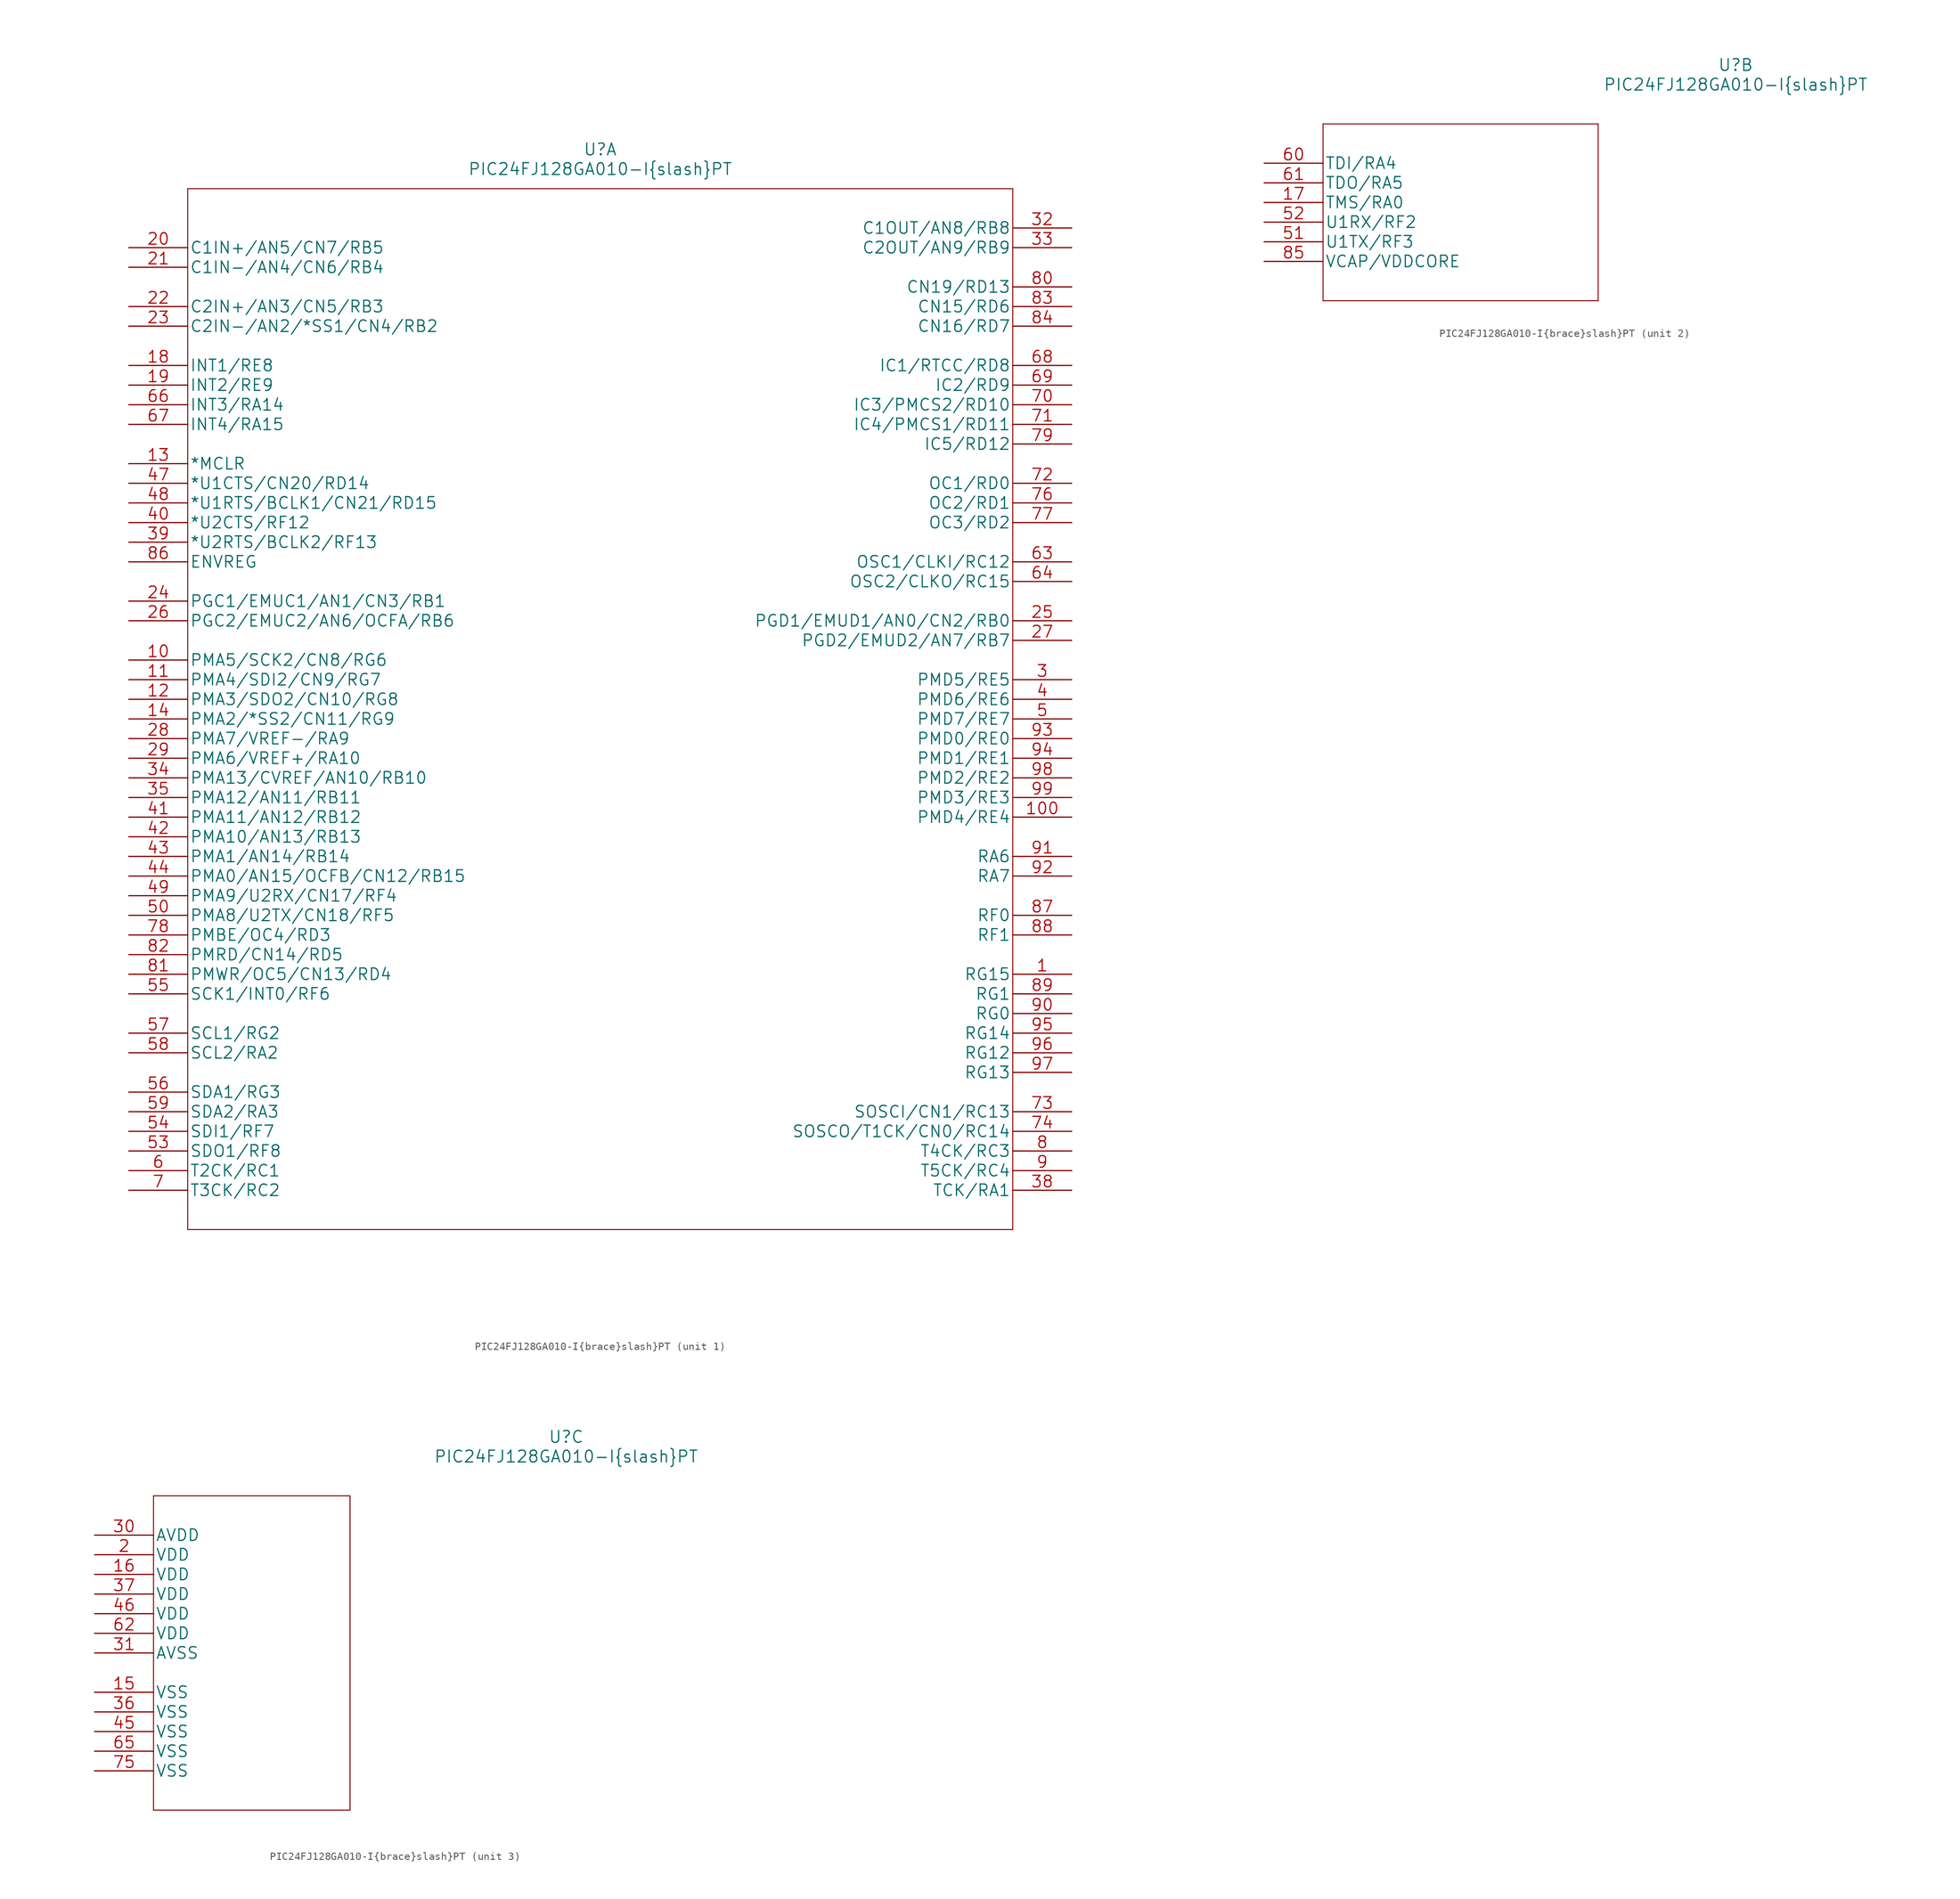
<source format=kicad_sym>
(kicad_symbol_lib
  (version 20211014)
  (generator kicad_symbol_editor)
  (symbol "PIC24FJ128GA010-I{brace}slash}PT"
    (pin_names
      (offset 0.254))
    (property "Reference" "U"
      (at 60.96 12.7 0)
      (effects (font (size 1.524 1.524))))
    (property "Value" "PIC24FJ128GA010-I{brace}slash}PT"
      (at 60.96 10.16 0)
      (effects (font (size 1.524 1.524))))
    (property "Datasheet" ""
      (at 0 0 0)
      (effects (font (size 1.524 1.524))))
    (symbol "PIC24FJ128GA010-I{brace}slash}PT_1_1"
      (polyline (pts (xy 7.62 -127) (xy 114.3 -127)) (stroke (width 0.127) (type default) (color 0 0 0 0)) (fill (type none)))
      (polyline (pts (xy 7.62 7.62) (xy 7.62 -127)) (stroke (width 0.127) (type default) (color 0 0 0 0)) (fill (type none)))
      (polyline (pts (xy 114.3 -127) (xy 114.3 7.62)) (stroke (width 0.127) (type default) (color 0 0 0 0)) (fill (type none)))
      (polyline (pts (xy 114.3 7.62) (xy 7.62 7.62)) (stroke (width 0.127) (type default) (color 0 0 0 0)) (fill (type none)))
      (pin unspecified line (at 121.92 -93.98 180) (length 7.62) (name "RG15" (effects (font (size 1.499 1.499)))) (number "1" (effects (font (size 1.499 1.499)))))
      (pin unspecified line (at 0 -53.34 0) (length 7.62) (name "PMA5/SCK2/CN8/RG6" (effects (font (size 1.499 1.499)))) (number "10" (effects (font (size 1.499 1.499)))))
      (pin unspecified line (at 121.92 -73.66 180) (length 7.62) (name "PMD4/RE4" (effects (font (size 1.499 1.499)))) (number "100" (effects (font (size 1.499 1.499)))))
      (pin unspecified line (at 0 -55.88 0) (length 7.62) (name "PMA4/SDI2/CN9/RG7" (effects (font (size 1.499 1.499)))) (number "11" (effects (font (size 1.499 1.499)))))
      (pin unspecified line (at 0 -58.42 0) (length 7.62) (name "PMA3/SDO2/CN10/RG8" (effects (font (size 1.499 1.499)))) (number "12" (effects (font (size 1.499 1.499)))))
      (pin unspecified line (at 0 -27.94 0) (length 7.62) (name "*MCLR" (effects (font (size 1.499 1.499)))) (number "13" (effects (font (size 1.499 1.499)))))
      (pin unspecified line (at 0 -60.96 0) (length 7.62) (name "PMA2/*SS2/CN11/RG9" (effects (font (size 1.499 1.499)))) (number "14" (effects (font (size 1.499 1.499)))))
      (pin unspecified line (at 0 -15.24 0) (length 7.62) (name "INT1/RE8" (effects (font (size 1.499 1.499)))) (number "18" (effects (font (size 1.499 1.499)))))
      (pin unspecified line (at 0 -17.78 0) (length 7.62) (name "INT2/RE9" (effects (font (size 1.499 1.499)))) (number "19" (effects (font (size 1.499 1.499)))))
      (pin unspecified line (at 0 0 0) (length 7.62) (name "C1IN+/AN5/CN7/RB5" (effects (font (size 1.499 1.499)))) (number "20" (effects (font (size 1.499 1.499)))))
      (pin unspecified line (at 0 -2.54 0) (length 7.62) (name "C1IN-/AN4/CN6/RB4" (effects (font (size 1.499 1.499)))) (number "21" (effects (font (size 1.499 1.499)))))
      (pin unspecified line (at 0 -7.62 0) (length 7.62) (name "C2IN+/AN3/CN5/RB3" (effects (font (size 1.499 1.499)))) (number "22" (effects (font (size 1.499 1.499)))))
      (pin unspecified line (at 0 -10.16 0) (length 7.62) (name "C2IN-/AN2/*SS1/CN4/RB2" (effects (font (size 1.499 1.499)))) (number "23" (effects (font (size 1.499 1.499)))))
      (pin unspecified line (at 0 -45.72 0) (length 7.62) (name "PGC1/EMUC1/AN1/CN3/RB1" (effects (font (size 1.499 1.499)))) (number "24" (effects (font (size 1.499 1.499)))))
      (pin unspecified line (at 121.92 -48.26 180) (length 7.62) (name "PGD1/EMUD1/AN0/CN2/RB0" (effects (font (size 1.499 1.499)))) (number "25" (effects (font (size 1.499 1.499)))))
      (pin unspecified line (at 0 -48.26 0) (length 7.62) (name "PGC2/EMUC2/AN6/OCFA/RB6" (effects (font (size 1.499 1.499)))) (number "26" (effects (font (size 1.499 1.499)))))
      (pin unspecified line (at 121.92 -50.8 180) (length 7.62) (name "PGD2/EMUD2/AN7/RB7" (effects (font (size 1.499 1.499)))) (number "27" (effects (font (size 1.499 1.499)))))
      (pin unspecified line (at 0 -63.5 0) (length 7.62) (name "PMA7/VREF-/RA9" (effects (font (size 1.499 1.499)))) (number "28" (effects (font (size 1.499 1.499)))))
      (pin unspecified line (at 0 -66.04 0) (length 7.62) (name "PMA6/VREF+/RA10" (effects (font (size 1.499 1.499)))) (number "29" (effects (font (size 1.499 1.499)))))
      (pin unspecified line (at 121.92 -55.88 180) (length 7.62) (name "PMD5/RE5" (effects (font (size 1.499 1.499)))) (number "3" (effects (font (size 1.499 1.499)))))
      (pin unspecified line (at 121.92 2.54 180) (length 7.62) (name "C1OUT/AN8/RB8" (effects (font (size 1.499 1.499)))) (number "32" (effects (font (size 1.499 1.499)))))
      (pin unspecified line (at 121.92 0 180) (length 7.62) (name "C2OUT/AN9/RB9" (effects (font (size 1.499 1.499)))) (number "33" (effects (font (size 1.499 1.499)))))
      (pin unspecified line (at 0 -68.58 0) (length 7.62) (name "PMA13/CVREF/AN10/RB10" (effects (font (size 1.499 1.499)))) (number "34" (effects (font (size 1.499 1.499)))))
      (pin unspecified line (at 0 -71.12 0) (length 7.62) (name "PMA12/AN11/RB11" (effects (font (size 1.499 1.499)))) (number "35" (effects (font (size 1.499 1.499)))))
      (pin unspecified line (at 121.92 -121.92 180) (length 7.62) (name "TCK/RA1" (effects (font (size 1.499 1.499)))) (number "38" (effects (font (size 1.499 1.499)))))
      (pin unspecified line (at 0 -38.1 0) (length 7.62) (name "*U2RTS/BCLK2/RF13" (effects (font (size 1.499 1.499)))) (number "39" (effects (font (size 1.499 1.499)))))
      (pin unspecified line (at 121.92 -58.42 180) (length 7.62) (name "PMD6/RE6" (effects (font (size 1.499 1.499)))) (number "4" (effects (font (size 1.499 1.499)))))
      (pin unspecified line (at 0 -35.56 0) (length 7.62) (name "*U2CTS/RF12" (effects (font (size 1.499 1.499)))) (number "40" (effects (font (size 1.499 1.499)))))
      (pin unspecified line (at 0 -73.66 0) (length 7.62) (name "PMA11/AN12/RB12" (effects (font (size 1.499 1.499)))) (number "41" (effects (font (size 1.499 1.499)))))
      (pin unspecified line (at 0 -76.2 0) (length 7.62) (name "PMA10/AN13/RB13" (effects (font (size 1.499 1.499)))) (number "42" (effects (font (size 1.499 1.499)))))
      (pin unspecified line (at 0 -78.74 0) (length 7.62) (name "PMA1/AN14/RB14" (effects (font (size 1.499 1.499)))) (number "43" (effects (font (size 1.499 1.499)))))
      (pin unspecified line (at 0 -81.28 0) (length 7.62) (name "PMA0/AN15/OCFB/CN12/RB15" (effects (font (size 1.499 1.499)))) (number "44" (effects (font (size 1.499 1.499)))))
      (pin unspecified line (at 0 -30.48 0) (length 7.62) (name "*U1CTS/CN20/RD14" (effects (font (size 1.499 1.499)))) (number "47" (effects (font (size 1.499 1.499)))))
      (pin unspecified line (at 0 -33.02 0) (length 7.62) (name "*U1RTS/BCLK1/CN21/RD15" (effects (font (size 1.499 1.499)))) (number "48" (effects (font (size 1.499 1.499)))))
      (pin unspecified line (at 0 -83.82 0) (length 7.62) (name "PMA9/U2RX/CN17/RF4" (effects (font (size 1.499 1.499)))) (number "49" (effects (font (size 1.499 1.499)))))
      (pin unspecified line (at 121.92 -60.96 180) (length 7.62) (name "PMD7/RE7" (effects (font (size 1.499 1.499)))) (number "5" (effects (font (size 1.499 1.499)))))
      (pin unspecified line (at 0 -86.36 0) (length 7.62) (name "PMA8/U2TX/CN18/RF5" (effects (font (size 1.499 1.499)))) (number "50" (effects (font (size 1.499 1.499)))))
      (pin unspecified line (at 0 -116.84 0) (length 7.62) (name "SDO1/RF8" (effects (font (size 1.499 1.499)))) (number "53" (effects (font (size 1.499 1.499)))))
      (pin unspecified line (at 0 -114.3 0) (length 7.62) (name "SDI1/RF7" (effects (font (size 1.499 1.499)))) (number "54" (effects (font (size 1.499 1.499)))))
      (pin unspecified line (at 0 -96.52 0) (length 7.62) (name "SCK1/INT0/RF6" (effects (font (size 1.499 1.499)))) (number "55" (effects (font (size 1.499 1.499)))))
      (pin unspecified line (at 0 -109.22 0) (length 7.62) (name "SDA1/RG3" (effects (font (size 1.499 1.499)))) (number "56" (effects (font (size 1.499 1.499)))))
      (pin unspecified line (at 0 -101.6 0) (length 7.62) (name "SCL1/RG2" (effects (font (size 1.499 1.499)))) (number "57" (effects (font (size 1.499 1.499)))))
      (pin unspecified line (at 0 -104.14 0) (length 7.62) (name "SCL2/RA2" (effects (font (size 1.499 1.499)))) (number "58" (effects (font (size 1.499 1.499)))))
      (pin unspecified line (at 0 -111.76 0) (length 7.62) (name "SDA2/RA3" (effects (font (size 1.499 1.499)))) (number "59" (effects (font (size 1.499 1.499)))))
      (pin unspecified line (at 0 -119.38 0) (length 7.62) (name "T2CK/RC1" (effects (font (size 1.499 1.499)))) (number "6" (effects (font (size 1.499 1.499)))))
      (pin unspecified line (at 121.92 -40.64 180) (length 7.62) (name "OSC1/CLKI/RC12" (effects (font (size 1.499 1.499)))) (number "63" (effects (font (size 1.499 1.499)))))
      (pin unspecified line (at 121.92 -43.18 180) (length 7.62) (name "OSC2/CLKO/RC15" (effects (font (size 1.499 1.499)))) (number "64" (effects (font (size 1.499 1.499)))))
      (pin unspecified line (at 0 -20.32 0) (length 7.62) (name "INT3/RA14" (effects (font (size 1.499 1.499)))) (number "66" (effects (font (size 1.499 1.499)))))
      (pin unspecified line (at 0 -22.86 0) (length 7.62) (name "INT4/RA15" (effects (font (size 1.499 1.499)))) (number "67" (effects (font (size 1.499 1.499)))))
      (pin unspecified line (at 121.92 -15.24 180) (length 7.62) (name "IC1/RTCC/RD8" (effects (font (size 1.499 1.499)))) (number "68" (effects (font (size 1.499 1.499)))))
      (pin unspecified line (at 121.92 -17.78 180) (length 7.62) (name "IC2/RD9" (effects (font (size 1.499 1.499)))) (number "69" (effects (font (size 1.499 1.499)))))
      (pin unspecified line (at 0 -121.92 0) (length 7.62) (name "T3CK/RC2" (effects (font (size 1.499 1.499)))) (number "7" (effects (font (size 1.499 1.499)))))
      (pin unspecified line (at 121.92 -20.32 180) (length 7.62) (name "IC3/PMCS2/RD10" (effects (font (size 1.499 1.499)))) (number "70" (effects (font (size 1.499 1.499)))))
      (pin unspecified line (at 121.92 -22.86 180) (length 7.62) (name "IC4/PMCS1/RD11" (effects (font (size 1.499 1.499)))) (number "71" (effects (font (size 1.499 1.499)))))
      (pin unspecified line (at 121.92 -30.48 180) (length 7.62) (name "OC1/RD0" (effects (font (size 1.499 1.499)))) (number "72" (effects (font (size 1.499 1.499)))))
      (pin unspecified line (at 121.92 -111.76 180) (length 7.62) (name "SOSCI/CN1/RC13" (effects (font (size 1.499 1.499)))) (number "73" (effects (font (size 1.499 1.499)))))
      (pin unspecified line (at 121.92 -114.3 180) (length 7.62) (name "SOSCO/T1CK/CN0/RC14" (effects (font (size 1.499 1.499)))) (number "74" (effects (font (size 1.499 1.499)))))
      (pin unspecified line (at 121.92 -33.02 180) (length 7.62) (name "OC2/RD1" (effects (font (size 1.499 1.499)))) (number "76" (effects (font (size 1.499 1.499)))))
      (pin unspecified line (at 121.92 -35.56 180) (length 7.62) (name "OC3/RD2" (effects (font (size 1.499 1.499)))) (number "77" (effects (font (size 1.499 1.499)))))
      (pin unspecified line (at 0 -88.9 0) (length 7.62) (name "PMBE/OC4/RD3" (effects (font (size 1.499 1.499)))) (number "78" (effects (font (size 1.499 1.499)))))
      (pin unspecified line (at 121.92 -25.4 180) (length 7.62) (name "IC5/RD12" (effects (font (size 1.499 1.499)))) (number "79" (effects (font (size 1.499 1.499)))))
      (pin unspecified line (at 121.92 -116.84 180) (length 7.62) (name "T4CK/RC3" (effects (font (size 1.499 1.499)))) (number "8" (effects (font (size 1.499 1.499)))))
      (pin unspecified line (at 121.92 -5.08 180) (length 7.62) (name "CN19/RD13" (effects (font (size 1.499 1.499)))) (number "80" (effects (font (size 1.499 1.499)))))
      (pin unspecified line (at 0 -93.98 0) (length 7.62) (name "PMWR/OC5/CN13/RD4" (effects (font (size 1.499 1.499)))) (number "81" (effects (font (size 1.499 1.499)))))
      (pin unspecified line (at 0 -91.44 0) (length 7.62) (name "PMRD/CN14/RD5" (effects (font (size 1.499 1.499)))) (number "82" (effects (font (size 1.499 1.499)))))
      (pin unspecified line (at 121.92 -7.62 180) (length 7.62) (name "CN15/RD6" (effects (font (size 1.499 1.499)))) (number "83" (effects (font (size 1.499 1.499)))))
      (pin unspecified line (at 121.92 -10.16 180) (length 7.62) (name "CN16/RD7" (effects (font (size 1.499 1.499)))) (number "84" (effects (font (size 1.499 1.499)))))
      (pin unspecified line (at 0 -40.64 0) (length 7.62) (name "ENVREG" (effects (font (size 1.499 1.499)))) (number "86" (effects (font (size 1.499 1.499)))))
      (pin unspecified line (at 121.92 -86.36 180) (length 7.62) (name "RF0" (effects (font (size 1.499 1.499)))) (number "87" (effects (font (size 1.499 1.499)))))
      (pin unspecified line (at 121.92 -88.9 180) (length 7.62) (name "RF1" (effects (font (size 1.499 1.499)))) (number "88" (effects (font (size 1.499 1.499)))))
      (pin unspecified line (at 121.92 -96.52 180) (length 7.62) (name "RG1" (effects (font (size 1.499 1.499)))) (number "89" (effects (font (size 1.499 1.499)))))
      (pin unspecified line (at 121.92 -119.38 180) (length 7.62) (name "T5CK/RC4" (effects (font (size 1.499 1.499)))) (number "9" (effects (font (size 1.499 1.499)))))
      (pin unspecified line (at 121.92 -99.06 180) (length 7.62) (name "RG0" (effects (font (size 1.499 1.499)))) (number "90" (effects (font (size 1.499 1.499)))))
      (pin unspecified line (at 121.92 -78.74 180) (length 7.62) (name "RA6" (effects (font (size 1.499 1.499)))) (number "91" (effects (font (size 1.499 1.499)))))
      (pin unspecified line (at 121.92 -81.28 180) (length 7.62) (name "RA7" (effects (font (size 1.499 1.499)))) (number "92" (effects (font (size 1.499 1.499)))))
      (pin unspecified line (at 121.92 -63.5 180) (length 7.62) (name "PMD0/RE0" (effects (font (size 1.499 1.499)))) (number "93" (effects (font (size 1.499 1.499)))))
      (pin unspecified line (at 121.92 -66.04 180) (length 7.62) (name "PMD1/RE1" (effects (font (size 1.499 1.499)))) (number "94" (effects (font (size 1.499 1.499)))))
      (pin unspecified line (at 121.92 -101.6 180) (length 7.62) (name "RG14" (effects (font (size 1.499 1.499)))) (number "95" (effects (font (size 1.499 1.499)))))
      (pin unspecified line (at 121.92 -104.14 180) (length 7.62) (name "RG12" (effects (font (size 1.499 1.499)))) (number "96" (effects (font (size 1.499 1.499)))))
      (pin unspecified line (at 121.92 -106.68 180) (length 7.62) (name "RG13" (effects (font (size 1.499 1.499)))) (number "97" (effects (font (size 1.499 1.499)))))
      (pin unspecified line (at 121.92 -68.58 180) (length 7.62) (name "PMD2/RE2" (effects (font (size 1.499 1.499)))) (number "98" (effects (font (size 1.499 1.499)))))
      (pin unspecified line (at 121.92 -71.12 180) (length 7.62) (name "PMD3/RE3" (effects (font (size 1.499 1.499)))) (number "99" (effects (font (size 1.499 1.499))))))
    (symbol "PIC24FJ128GA010-I{brace}slash}PT_2_1"
      (polyline (pts (xy 7.62 -17.78) (xy 43.18 -17.78)) (stroke (width 0.127) (type default) (color 0 0 0 0)) (fill (type none)))
      (polyline (pts (xy 7.62 5.08) (xy 7.62 -17.78)) (stroke (width 0.127) (type default) (color 0 0 0 0)) (fill (type none)))
      (polyline (pts (xy 43.18 -17.78) (xy 43.18 5.08)) (stroke (width 0.127) (type default) (color 0 0 0 0)) (fill (type none)))
      (polyline (pts (xy 43.18 5.08) (xy 7.62 5.08)) (stroke (width 0.127) (type default) (color 0 0 0 0)) (fill (type none)))
      (pin unspecified line (at 0 -5.08 0) (length 7.62) (name "TMS/RA0" (effects (font (size 1.499 1.499)))) (number "17" (effects (font (size 1.499 1.499)))))
      (pin unspecified line (at 0 -10.16 0) (length 7.62) (name "U1TX/RF3" (effects (font (size 1.499 1.499)))) (number "51" (effects (font (size 1.499 1.499)))))
      (pin unspecified line (at 0 -7.62 0) (length 7.62) (name "U1RX/RF2" (effects (font (size 1.499 1.499)))) (number "52" (effects (font (size 1.499 1.499)))))
      (pin unspecified line (at 0 0 0) (length 7.62) (name "TDI/RA4" (effects (font (size 1.499 1.499)))) (number "60" (effects (font (size 1.499 1.499)))))
      (pin unspecified line (at 0 -2.54 0) (length 7.62) (name "TDO/RA5" (effects (font (size 1.499 1.499)))) (number "61" (effects (font (size 1.499 1.499)))))
      (pin unspecified line (at 0 -12.7 0) (length 7.62) (name "VCAP/VDDCORE" (effects (font (size 1.499 1.499)))) (number "85" (effects (font (size 1.499 1.499))))))
    (symbol "PIC24FJ128GA010-I{brace}slash}PT_3_1"
      (polyline (pts (xy 7.62 -35.56) (xy 33.02 -35.56)) (stroke (width 0.127) (type default) (color 0 0 0 0)) (fill (type none)))
      (polyline (pts (xy 7.62 5.08) (xy 7.62 -35.56)) (stroke (width 0.127) (type default) (color 0 0 0 0)) (fill (type none)))
      (polyline (pts (xy 33.02 -35.56) (xy 33.02 5.08)) (stroke (width 0.127) (type default) (color 0 0 0 0)) (fill (type none)))
      (polyline (pts (xy 33.02 5.08) (xy 7.62 5.08)) (stroke (width 0.127) (type default) (color 0 0 0 0)) (fill (type none)))
      (pin unspecified line (at 0 -20.32 0) (length 7.62) (name "VSS" (effects (font (size 1.499 1.499)))) (number "15" (effects (font (size 1.499 1.499)))))
      (pin unspecified line (at 0 -5.08 0) (length 7.62) (name "VDD" (effects (font (size 1.499 1.499)))) (number "16" (effects (font (size 1.499 1.499)))))
      (pin unspecified line (at 0 -2.54 0) (length 7.62) (name "VDD" (effects (font (size 1.499 1.499)))) (number "2" (effects (font (size 1.499 1.499)))))
      (pin unspecified line (at 0 0 0) (length 7.62) (name "AVDD" (effects (font (size 1.499 1.499)))) (number "30" (effects (font (size 1.499 1.499)))))
      (pin unspecified line (at 0 -15.24 0) (length 7.62) (name "AVSS" (effects (font (size 1.499 1.499)))) (number "31" (effects (font (size 1.499 1.499)))))
      (pin unspecified line (at 0 -22.86 0) (length 7.62) (name "VSS" (effects (font (size 1.499 1.499)))) (number "36" (effects (font (size 1.499 1.499)))))
      (pin unspecified line (at 0 -7.62 0) (length 7.62) (name "VDD" (effects (font (size 1.499 1.499)))) (number "37" (effects (font (size 1.499 1.499)))))
      (pin unspecified line (at 0 -25.4 0) (length 7.62) (name "VSS" (effects (font (size 1.499 1.499)))) (number "45" (effects (font (size 1.499 1.499)))))
      (pin unspecified line (at 0 -10.16 0) (length 7.62) (name "VDD" (effects (font (size 1.499 1.499)))) (number "46" (effects (font (size 1.499 1.499)))))
      (pin unspecified line (at 0 -12.7 0) (length 7.62) (name "VDD" (effects (font (size 1.499 1.499)))) (number "62" (effects (font (size 1.499 1.499)))))
      (pin unspecified line (at 0 -27.94 0) (length 7.62) (name "VSS" (effects (font (size 1.499 1.499)))) (number "65" (effects (font (size 1.499 1.499)))))
      (pin unspecified line (at 0 -30.48 0) (length 7.62) (name "VSS" (effects (font (size 1.499 1.499)))) (number "75" (effects (font (size 1.499 1.499))))))))
</source>
